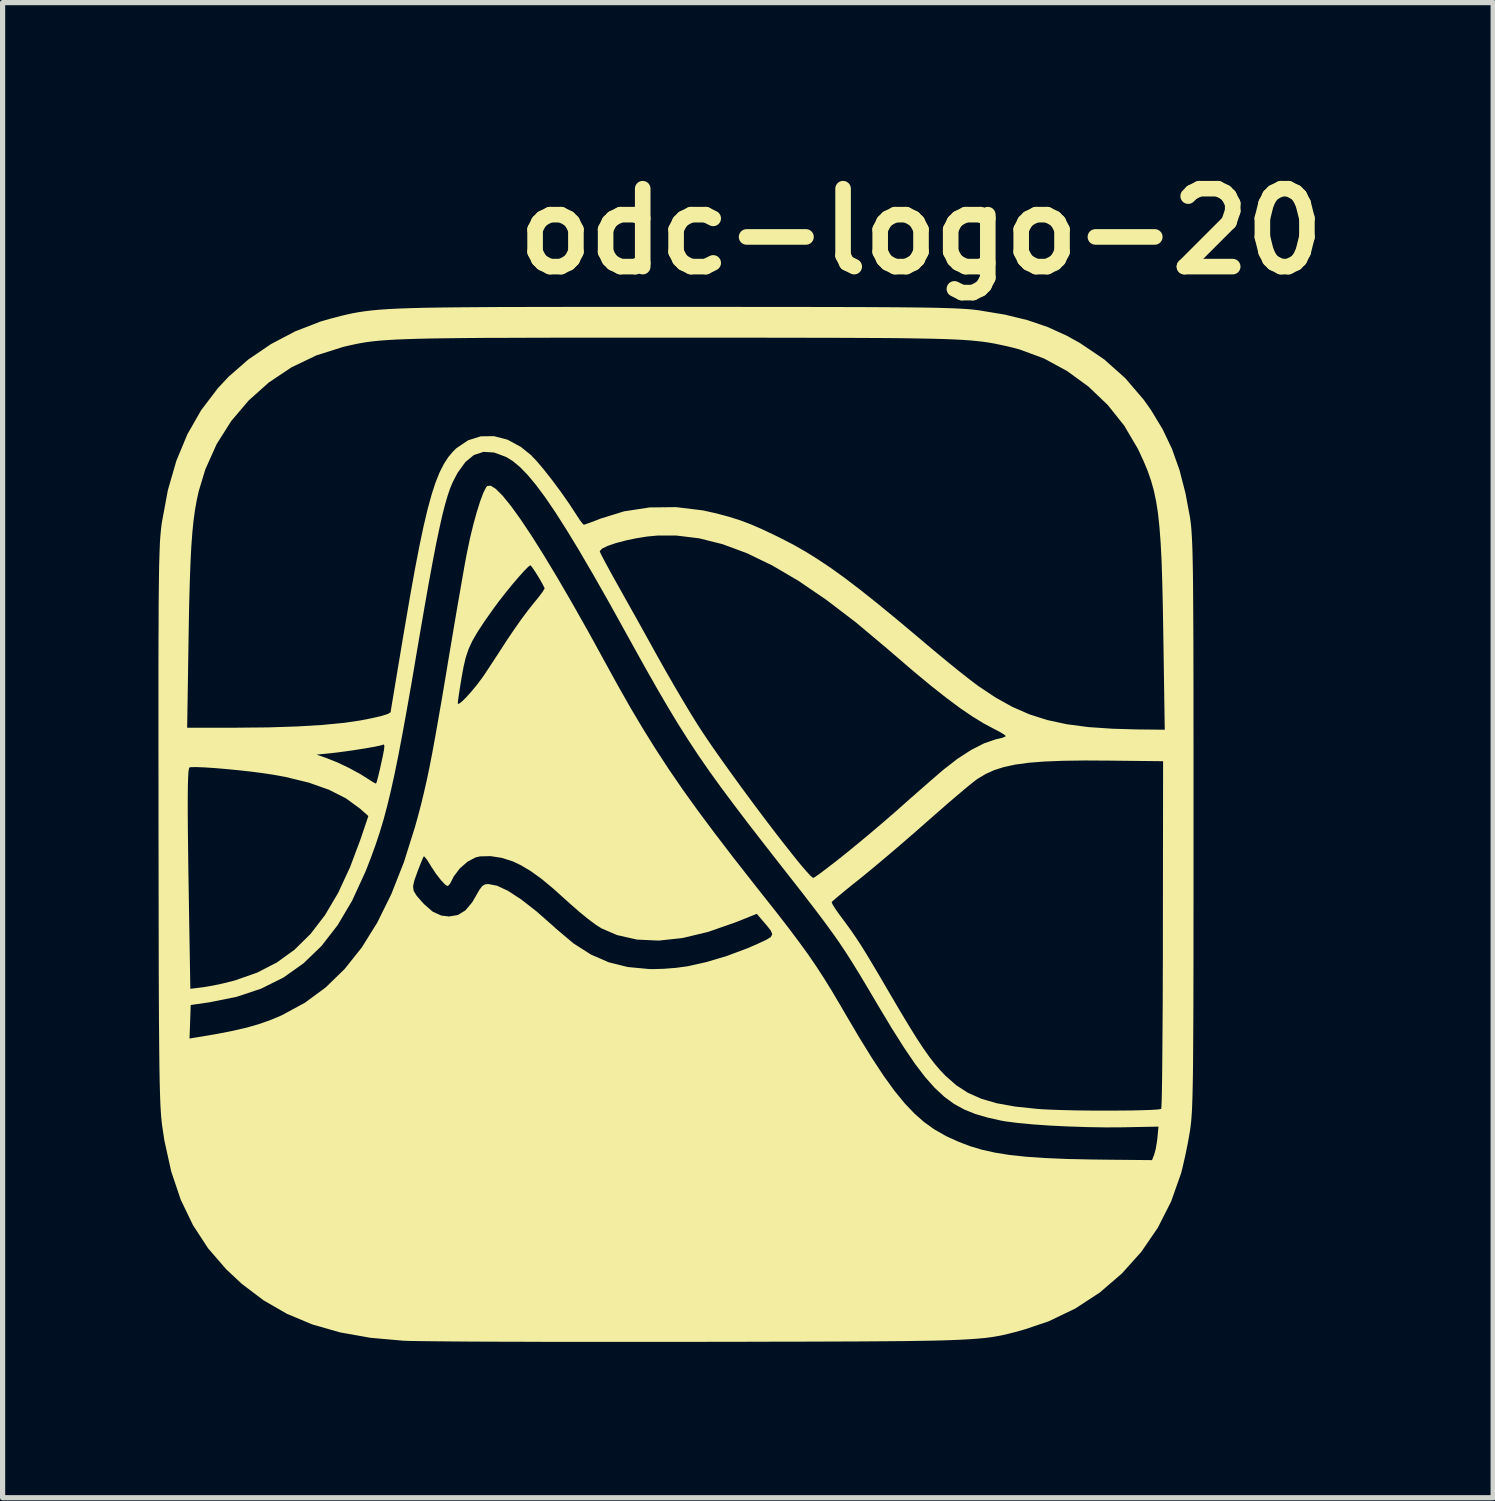
<source format=kicad_pcb>
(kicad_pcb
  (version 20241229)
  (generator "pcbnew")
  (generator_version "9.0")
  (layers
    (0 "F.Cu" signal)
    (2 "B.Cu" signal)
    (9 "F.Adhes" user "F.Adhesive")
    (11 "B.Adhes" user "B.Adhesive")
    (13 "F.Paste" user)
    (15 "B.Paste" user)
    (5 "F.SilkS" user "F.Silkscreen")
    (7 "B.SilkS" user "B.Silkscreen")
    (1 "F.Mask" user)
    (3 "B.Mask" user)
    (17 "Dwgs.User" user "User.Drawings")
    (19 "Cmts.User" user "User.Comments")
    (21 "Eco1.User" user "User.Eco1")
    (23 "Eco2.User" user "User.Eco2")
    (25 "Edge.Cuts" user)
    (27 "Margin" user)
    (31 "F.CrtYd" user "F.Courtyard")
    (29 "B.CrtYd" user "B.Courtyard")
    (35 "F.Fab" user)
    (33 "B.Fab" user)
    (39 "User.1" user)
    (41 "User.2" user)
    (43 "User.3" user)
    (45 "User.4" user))
  (footprint "odc-logo-20"
    (layer "F.Cu")
    (at 9.98 12.834)
    (property "Reference" "odc-logo-20" (at 4.699 -11.43 0) (layer "F.SilkS") (effects (font (size 1.5 1.5) (thickness 0.3))))
    (attr board_only exclude_from_pos_files exclude_from_bom)
    (fp_poly (pts (xy -0.299 -9.977) (xy -0.02 -9.977) (xy 0.743 -9.977) (xy 1.432 -9.976) (xy 2.051 -9.976) (xy 2.604 -9.975) (xy 3.096 -9.974) (xy 3.531 -9.973) (xy 3.913 -9.971) (xy 4.246 -9.969) (xy 4.534 -9.966) (xy 4.782 -9.963) (xy 4.994 -9.959) (xy 5.174 -9.954) (xy 5.325 -9.949) (xy 5.454 -9.943) (xy 5.562 -9.936) (xy 5.656 -9.929) (xy 5.738 -9.92) (xy 5.813 -9.911) (xy 5.822 -9.909) (xy 6.312 -9.828) (xy 6.744 -9.723) (xy 7.137 -9.589) (xy 7.508 -9.42) (xy 7.757 -9.282) (xy 8.224 -8.967) (xy 8.631 -8.604) (xy 8.988 -8.187) (xy 9.129 -7.987) (xy 9.35 -7.621) (xy 9.53 -7.244) (xy 9.674 -6.839) (xy 9.79 -6.39) (xy 9.874 -5.94) (xy 9.884 -5.873) (xy 9.893 -5.803) (xy 9.901 -5.725) (xy 9.908 -5.634) (xy 9.914 -5.528) (xy 9.92 -5.402) (xy 9.925 -5.251) (xy 9.929 -5.072) (xy 9.933 -4.86) (xy 9.936 -4.611) (xy 9.938 -4.322) (xy 9.94 -3.987) (xy 9.942 -3.603) (xy 9.943 -3.166) (xy 9.944 -2.672) (xy 9.944 -2.116) (xy 9.945 -1.495) (xy 9.945 -0.803) (xy 9.945 -0.038) (xy 9.945 -0.02) (xy 9.945 0.747) (xy 9.945 1.44) (xy 9.944 2.064) (xy 9.944 2.621) (xy 9.943 3.117) (xy 9.942 3.555) (xy 9.94 3.94) (xy 9.938 4.275) (xy 9.936 4.566) (xy 9.933 4.815) (xy 9.929 5.028) (xy 9.925 5.208) (xy 9.92 5.36) (xy 9.915 5.486) (xy 9.908 5.593) (xy 9.901 5.684) (xy 9.893 5.762) (xy 9.884 5.832) (xy 9.874 5.899) (xy 9.874 5.901) (xy 9.834 6.127) (xy 9.784 6.37) (xy 9.733 6.593) (xy 9.705 6.702) (xy 9.514 7.244) (xy 9.258 7.749) (xy 8.94 8.213) (xy 8.566 8.63) (xy 8.141 8.996) (xy 7.67 9.304) (xy 7.158 9.55) (xy 6.702 9.704) (xy 6.586 9.737) (xy 6.479 9.766) (xy 6.377 9.792) (xy 6.276 9.816) (xy 6.172 9.836) (xy 6.059 9.855) (xy 5.934 9.871) (xy 5.792 9.884) (xy 5.628 9.896) (xy 5.439 9.906) (xy 5.22 9.915) (xy 4.967 9.922) (xy 4.675 9.927) (xy 4.34 9.932) (xy 3.957 9.935) (xy 3.522 9.938) (xy 3.031 9.94) (xy 2.479 9.942) (xy 1.862 9.943) (xy 1.176 9.945) (xy 0.43 9.946) (xy -0.207 9.947) (xy -0.83 9.947) (xy -1.434 9.947) (xy -2.013 9.947) (xy -2.563 9.946) (xy -3.077 9.944) (xy -3.551 9.943) (xy -3.979 9.941) (xy -4.356 9.938) (xy -4.677 9.935) (xy -4.936 9.932) (xy -5.128 9.929) (xy -5.248 9.925) (xy -5.256 9.925) (xy -5.899 9.868) (xy -6.484 9.764) (xy -7.018 9.611) (xy -7.506 9.407) (xy -7.955 9.148) (xy -8.373 8.832) (xy -8.676 8.549) (xy -9.024 8.146) (xy -9.314 7.702) (xy -9.551 7.21) (xy -9.734 6.667) (xy -9.866 6.069) (xy -9.909 5.783) (xy -9.918 5.706) (xy -9.927 5.62) (xy -9.934 5.52) (xy -9.941 5.403) (xy -9.947 5.263) (xy -9.952 5.098) (xy -9.957 4.902) (xy -9.961 4.673) (xy -9.964 4.404) (xy -9.967 4.107) (xy -9.382 4.107) (xy -9.253 4.086) (xy -8.871 4.022) (xy -8.553 3.96) (xy -8.284 3.898) (xy -8.051 3.831) (xy -7.838 3.757) (xy -7.632 3.671) (xy -7.593 3.653) (xy -7.159 3.417) (xy -6.761 3.124) (xy -6.397 2.77) (xy -6.066 2.355) (xy -5.767 1.874) (xy -5.497 1.327) (xy -5.438 1.177) (xy -5.079 1.177) (xy -5.067 1.266) (xy -5.012 1.356) (xy -4.912 1.471) (xy -4.869 1.518) (xy -4.704 1.663) (xy -4.536 1.74) (xy -4.388 1.758) (xy -4.217 1.73) (xy -4.07 1.64) (xy -3.939 1.483) (xy -3.875 1.373) (xy -3.802 1.245) (xy -3.747 1.172) (xy -3.693 1.14) (xy -3.631 1.133) (xy -3.461 1.166) (xy -3.25 1.265) (xy -2.997 1.43) (xy -2.702 1.66) (xy -2.366 1.956) (xy -2.325 1.994) (xy -1.988 2.278) (xy -1.654 2.491) (xy -1.311 2.64) (xy -0.945 2.731) (xy -0.542 2.769) (xy -0.464 2.771) (xy -0.251 2.765) (xy -0.012 2.746) (xy 0.2 2.717) (xy 0.204 2.717) (xy 0.57 2.635) (xy 0.967 2.516) (xy 1.361 2.369) (xy 1.558 2.283) (xy 1.715 2.21) (xy 1.806 2.155) (xy 1.836 2.1) (xy 1.808 2.03) (xy 1.727 1.927) (xy 1.669 1.86) (xy 1.538 1.707) (xy 1.13 1.87) (xy 0.6 2.055) (xy 0.107 2.173) (xy -0.348 2.222) (xy -0.768 2.203) (xy -1.151 2.116) (xy -1.449 1.988) (xy -1.561 1.917) (xy -1.711 1.805) (xy -1.882 1.665) (xy -2.057 1.512) (xy -2.111 1.463) (xy -2.379 1.222) (xy -2.608 1.032) (xy -2.812 0.885) (xy -3.002 0.772) (xy -3.152 0.7) (xy -3.368 0.63) (xy -3.589 0.596) (xy -3.789 0.601) (xy -3.876 0.621) (xy -4.03 0.703) (xy -4.179 0.833) (xy -4.294 0.985) (xy -4.324 1.045) (xy -4.369 1.13) (xy -4.408 1.171) (xy -4.413 1.172) (xy -4.464 1.141) (xy -4.542 1.058) (xy -4.635 0.939) (xy -4.728 0.799) (xy -4.753 0.757) (xy -4.813 0.662) (xy -4.858 0.607) (xy -4.872 0.6) (xy -4.893 0.642) (xy -4.933 0.739) (xy -4.985 0.872) (xy -5 0.912) (xy -5.055 1.068) (xy -5.079 1.177) (xy -5.438 1.177) (xy -5.254 0.71) (xy -5.043 0.039) (xy -4.981 -0.184) (xy -4.924 -0.401) (xy -4.871 -0.62) (xy -4.818 -0.851) (xy -4.765 -1.103) (xy -4.71 -1.385) (xy -4.651 -1.707) (xy -4.586 -2.077) (xy -4.54 -2.341) (xy -4.219 -2.341) (xy -4.219 -2.34) (xy -4.196 -2.336) (xy -4.136 -2.382) (xy -4.051 -2.466) (xy -3.951 -2.578) (xy -3.846 -2.705) (xy -3.748 -2.836) (xy -3.708 -2.894) (xy -3.631 -3.01) (xy -3.526 -3.17) (xy -3.405 -3.355) (xy -3.283 -3.544) (xy -3.275 -3.556) (xy -3.143 -3.752) (xy -3.002 -3.953) (xy -2.867 -4.134) (xy -2.759 -4.27) (xy -2.66 -4.391) (xy -2.587 -4.489) (xy -2.549 -4.551) (xy -2.547 -4.563) (xy -2.59 -4.648) (xy -2.651 -4.755) (xy -2.718 -4.863) (xy -2.777 -4.951) (xy -2.815 -4.999) (xy -2.821 -5.002) (xy -2.862 -4.973) (xy -2.941 -4.893) (xy -3.047 -4.775) (xy -3.17 -4.631) (xy -3.299 -4.472) (xy -3.426 -4.31) (xy -3.531 -4.168) (xy -3.705 -3.921) (xy -3.837 -3.72) (xy -3.937 -3.548) (xy -4.01 -3.39) (xy -4.064 -3.23) (xy -4.106 -3.052) (xy -4.14 -2.868) (xy -4.171 -2.681) (xy -4.196 -2.519) (xy -4.213 -2.4) (xy -4.219 -2.341) (xy -4.54 -2.341) (xy -4.512 -2.504) (xy -4.429 -2.998) (xy -4.415 -3.086) (xy -4.352 -3.459) (xy -4.29 -3.829) (xy -4.23 -4.182) (xy -4.173 -4.508) (xy -4.123 -4.796) (xy -4.081 -5.033) (xy -4.048 -5.209) (xy -4.039 -5.254) (xy -3.982 -5.527) (xy -3.918 -5.789) (xy -3.851 -6.031) (xy -3.786 -6.238) (xy -3.725 -6.4) (xy -3.673 -6.502) (xy -3.651 -6.528) (xy -3.584 -6.535) (xy -3.486 -6.473) (xy -3.356 -6.343) (xy -3.198 -6.149) (xy -3.011 -5.89) (xy -2.797 -5.57) (xy -2.558 -5.19) (xy -2.294 -4.752) (xy -2.007 -4.258) (xy -1.697 -3.709) (xy -1.383 -3.137) (xy -1.129 -2.675) (xy -0.886 -2.247) (xy -0.646 -1.844) (xy -0.404 -1.456) (xy -0.153 -1.072) (xy 0.114 -0.683) (xy 0.404 -0.279) (xy 0.723 0.149) (xy 1.078 0.613) (xy 1.476 1.121) (xy 1.64 1.329) (xy 1.914 1.675) (xy 2.146 1.974) (xy 2.344 2.238) (xy 2.519 2.478) (xy 2.677 2.709) (xy 2.828 2.941) (xy 2.98 3.187) (xy 3.142 3.46) (xy 3.243 3.634) (xy 3.515 4.095) (xy 3.759 4.49) (xy 3.981 4.827) (xy 4.187 5.112) (xy 4.381 5.35) (xy 4.57 5.549) (xy 4.757 5.714) (xy 4.949 5.852) (xy 5.151 5.968) (xy 5.21 5.999) (xy 5.425 6.096) (xy 5.643 6.179) (xy 5.873 6.248) (xy 6.125 6.304) (xy 6.406 6.349) (xy 6.725 6.383) (xy 7.092 6.408) (xy 7.514 6.426) (xy 8.001 6.436) (xy 8.315 6.44) (xy 9.146 6.448) (xy 9.188 6.34) (xy 9.216 6.239) (xy 9.24 6.099) (xy 9.25 6.018) (xy 9.27 5.803) (xy 8.592 5.816) (xy 8.255 5.818) (xy 7.897 5.812) (xy 7.533 5.8) (xy 7.179 5.783) (xy 6.851 5.76) (xy 6.563 5.733) (xy 6.331 5.703) (xy 6.25 5.689) (xy 5.985 5.63) (xy 5.748 5.561) (xy 5.534 5.475) (xy 5.335 5.366) (xy 5.147 5.228) (xy 4.962 5.056) (xy 4.774 4.844) (xy 4.578 4.586) (xy 4.368 4.276) (xy 4.136 3.909) (xy 3.877 3.478) (xy 3.831 3.4) (xy 3.662 3.114) (xy 3.514 2.867) (xy 3.38 2.65) (xy 3.253 2.45) (xy 3.125 2.258) (xy 2.988 2.064) (xy 2.836 1.856) (xy 2.662 1.625) (xy 2.552 1.482) (xy 2.979 1.482) (xy 2.996 1.524) (xy 3.05 1.611) (xy 3.131 1.726) (xy 3.157 1.761) (xy 3.265 1.906) (xy 3.361 2.039) (xy 3.451 2.171) (xy 3.545 2.314) (xy 3.648 2.48) (xy 3.768 2.68) (xy 3.914 2.926) (xy 4.067 3.188) (xy 4.276 3.544) (xy 4.454 3.841) (xy 4.606 4.086) (xy 4.738 4.288) (xy 4.855 4.454) (xy 4.963 4.595) (xy 5.068 4.717) (xy 5.175 4.829) (xy 5.379 5.008) (xy 5.604 5.153) (xy 5.861 5.267) (xy 6.16 5.354) (xy 6.512 5.417) (xy 6.928 5.461) (xy 7.039 5.469) (xy 7.22 5.478) (xy 7.441 5.485) (xy 7.691 5.491) (xy 7.957 5.494) (xy 8.229 5.495) (xy 8.495 5.494) (xy 8.743 5.492) (xy 8.961 5.487) (xy 9.138 5.481) (xy 9.261 5.473) (xy 9.32 5.463) (xy 9.323 5.461) (xy 9.327 5.419) (xy 9.332 5.304) (xy 9.336 5.122) (xy 9.34 4.879) (xy 9.343 4.582) (xy 9.346 4.234) (xy 9.349 3.843) (xy 9.352 3.414) (xy 9.353 2.952) (xy 9.355 2.464) (xy 9.355 2.101) (xy 9.359 -1.231) (xy 8.343 -1.242) (xy 7.853 -1.245) (xy 7.433 -1.239) (xy 7.075 -1.225) (xy 6.771 -1.201) (xy 6.514 -1.166) (xy 6.296 -1.119) (xy 6.107 -1.059) (xy 5.942 -0.984) (xy 5.792 -0.894) (xy 5.786 -0.891) (xy 5.705 -0.829) (xy 5.576 -0.725) (xy 5.41 -0.585) (xy 5.216 -0.419) (xy 5.005 -0.235) (xy 4.827 -0.079) (xy 4.583 0.136) (xy 4.323 0.361) (xy 4.064 0.582) (xy 3.821 0.786) (xy 3.612 0.959) (xy 3.524 1.03) (xy 3.349 1.169) (xy 3.198 1.293) (xy 3.078 1.392) (xy 3.002 1.458) (xy 2.979 1.482) (xy 2.552 1.482) (xy 2.458 1.36) (xy 2.217 1.051) (xy 2.051 0.84) (xy 1.693 0.382) (xy 1.377 -0.026) (xy 1.099 -0.392) (xy 0.85 -0.726) (xy 0.625 -1.038) (xy 0.418 -1.337) (xy 0.222 -1.634) (xy 0.03 -1.937) (xy -0.163 -2.256) (xy -0.365 -2.601) (xy -0.581 -2.981) (xy -0.818 -3.406) (xy -0.987 -3.712) (xy -1.314 -4.301) (xy -1.61 -4.822) (xy -1.873 -5.272) (xy -1.485 -5.272) (xy -1.467 -5.228) (xy -1.416 -5.128) (xy -1.338 -4.983) (xy -1.241 -4.805) (xy -1.138 -4.621) (xy -1.006 -4.385) (xy -0.849 -4.105) (xy -0.681 -3.804) (xy -0.516 -3.506) (xy -0.374 -3.25) (xy -0.223 -2.981) (xy -0.056 -2.691) (xy 0.113 -2.403) (xy 0.272 -2.139) (xy 0.403 -1.928) (xy 0.528 -1.737) (xy 0.68 -1.513) (xy 0.854 -1.265) (xy 1.044 -1) (xy 1.244 -0.724) (xy 1.45 -0.445) (xy 1.655 -0.171) (xy 1.855 0.092) (xy 2.043 0.335) (xy 2.215 0.553) (xy 2.363 0.737) (xy 2.485 0.88) (xy 2.572 0.975) (xy 2.621 1.015) (xy 2.625 1.016) (xy 2.666 0.993) (xy 2.758 0.928) (xy 2.889 0.829) (xy 3.05 0.705) (xy 3.217 0.573) (xy 3.446 0.386) (xy 3.703 0.173) (xy 3.96 -0.045) (xy 4.191 -0.245) (xy 4.271 -0.316) (xy 4.472 -0.494) (xy 4.686 -0.682) (xy 4.892 -0.862) (xy 5.07 -1.016) (xy 5.131 -1.068) (xy 5.396 -1.274) (xy 5.663 -1.447) (xy 5.916 -1.576) (xy 6.141 -1.653) (xy 6.184 -1.662) (xy 6.278 -1.686) (xy 6.328 -1.71) (xy 6.33 -1.716) (xy 6.298 -1.745) (xy 6.214 -1.796) (xy 6.107 -1.852) (xy 5.905 -1.959) (xy 5.69 -2.091) (xy 5.453 -2.252) (xy 5.19 -2.448) (xy 4.893 -2.682) (xy 4.556 -2.961) (xy 4.173 -3.29) (xy 4.044 -3.401) (xy 3.447 -3.902) (xy 2.881 -4.334) (xy 2.345 -4.7) (xy 1.834 -5) (xy 1.346 -5.236) (xy 0.878 -5.409) (xy 0.427 -5.522) (xy -0.011 -5.575) (xy -0.371 -5.575) (xy -0.574 -5.556) (xy -0.786 -5.522) (xy -0.993 -5.478) (xy -1.18 -5.428) (xy -1.334 -5.375) (xy -1.44 -5.323) (xy -1.484 -5.277) (xy -1.485 -5.272) (xy -1.873 -5.272) (xy -1.877 -5.28) (xy -2.119 -5.677) (xy -2.337 -6.019) (xy -2.533 -6.308) (xy -2.711 -6.547) (xy -2.873 -6.742) (xy -3.021 -6.894) (xy -3.158 -7.008) (xy -3.286 -7.087) (xy -3.291 -7.089) (xy -3.518 -7.173) (xy -3.722 -7.186) (xy -3.906 -7.126) (xy -4.071 -6.991) (xy -4.222 -6.782) (xy -4.316 -6.601) (xy -4.365 -6.483) (xy -4.414 -6.34) (xy -4.464 -6.168) (xy -4.517 -5.96) (xy -4.573 -5.71) (xy -4.635 -5.414) (xy -4.702 -5.065) (xy -4.777 -4.659) (xy -4.86 -4.188) (xy -4.953 -3.649) (xy -4.999 -3.379) (xy -5.101 -2.776) (xy -5.195 -2.243) (xy -5.28 -1.773) (xy -5.359 -1.358) (xy -5.433 -0.992) (xy -5.505 -0.666) (xy -5.575 -0.375) (xy -5.646 -0.109) (xy -5.72 0.137) (xy -5.798 0.372) (xy -5.881 0.602) (xy -5.971 0.835) (xy -6.005 0.917) (xy -6.253 1.456) (xy -6.53 1.924) (xy -6.84 2.324) (xy -7.187 2.659) (xy -7.573 2.933) (xy -8.003 3.147) (xy -8.48 3.306) (xy -9.008 3.412) (xy -9.012 3.412) (xy -9.359 3.462) (xy -9.37 3.785) (xy -9.382 4.107) (xy -9.967 4.107) (xy -9.967 4.093) (xy -9.97 3.735) (xy -9.972 3.326) (xy -9.974 2.862) (xy -9.975 2.338) (xy -9.976 1.751) (xy -9.977 1.096) (xy -9.978 0.369) (xy -9.979 -0.02) (xy -9.979 -0.529) (xy -9.416 -0.529) (xy -9.416 -0.258) (xy -9.414 0.074) (xy -9.409 0.471) (xy -9.403 0.937) (xy -9.394 1.477) (xy -9.392 1.627) (xy -9.366 3.15) (xy -9.108 3.118) (xy -8.946 3.091) (xy -8.747 3.049) (xy -8.547 2.999) (xy -8.503 2.987) (xy -8.083 2.84) (xy -7.703 2.645) (xy -7.361 2.398) (xy -7.053 2.095) (xy -6.774 1.732) (xy -6.521 1.304) (xy -6.291 0.807) (xy -6.091 0.274) (xy -5.939 -0.176) (xy -6.105 -0.322) (xy -6.371 -0.516) (xy -6.696 -0.681) (xy -7.083 -0.818) (xy -7.538 -0.929) (xy -7.783 -0.973) (xy -7.977 -1.002) (xy -8.2 -1.031) (xy -8.436 -1.057) (xy -8.673 -1.08) (xy -8.897 -1.099) (xy -9.094 -1.112) (xy -9.25 -1.118) (xy -9.352 -1.117) (xy -9.383 -1.111) (xy -9.394 -1.084) (xy -9.403 -1.017) (xy -9.409 -0.905) (xy -9.414 -0.743) (xy -9.416 -0.529) (xy -9.979 -0.529) (xy -9.979 -0.777) (xy -9.98 -1.358) (xy -6.936 -1.358) (xy -6.741 -1.29) (xy -6.538 -1.209) (xy -6.313 -1.102) (xy -6.098 -0.986) (xy -5.94 -0.886) (xy -5.853 -0.83) (xy -5.798 -0.802) (xy -5.79 -0.802) (xy -5.775 -0.843) (xy -5.749 -0.943) (xy -5.716 -1.081) (xy -5.703 -1.14) (xy -5.661 -1.331) (xy -5.637 -1.457) (xy -5.631 -1.528) (xy -5.64 -1.553) (xy -5.658 -1.548) (xy -5.714 -1.532) (xy -5.829 -1.508) (xy -5.987 -1.48) (xy -6.17 -1.451) (xy -6.361 -1.423) (xy -6.542 -1.399) (xy -6.663 -1.385) (xy -6.936 -1.358) (xy -9.98 -1.358) (xy -9.98 -1.46) (xy -9.98 -1.876) (xy -9.427 -1.876) (xy -8.475 -1.876) (xy -7.863 -1.882) (xy -7.313 -1.9) (xy -6.827 -1.929) (xy -6.411 -1.969) (xy -6.096 -2.015) (xy -5.863 -2.061) (xy -5.682 -2.103) (xy -5.563 -2.141) (xy -5.511 -2.173) (xy -5.51 -2.178) (xy -5.504 -2.22) (xy -5.486 -2.331) (xy -5.457 -2.503) (xy -5.42 -2.727) (xy -5.375 -2.997) (xy -5.324 -3.303) (xy -5.268 -3.638) (xy -5.235 -3.83) (xy -5.135 -4.414) (xy -5.043 -4.926) (xy -4.957 -5.371) (xy -4.876 -5.756) (xy -4.798 -6.084) (xy -4.722 -6.362) (xy -4.646 -6.596) (xy -4.568 -6.791) (xy -4.487 -6.951) (xy -4.401 -7.084) (xy -4.309 -7.193) (xy -4.24 -7.26) (xy -4.018 -7.409) (xy -3.775 -7.485) (xy -3.521 -7.488) (xy -3.262 -7.421) (xy -3.005 -7.282) (xy -2.81 -7.125) (xy -2.696 -7.005) (xy -2.553 -6.835) (xy -2.394 -6.632) (xy -2.23 -6.411) (xy -2.075 -6.189) (xy -1.94 -5.983) (xy -1.931 -5.969) (xy -1.864 -5.867) (xy -1.812 -5.8) (xy -1.791 -5.783) (xy -1.744 -5.797) (xy -1.645 -5.833) (xy -1.512 -5.884) (xy -1.478 -5.898) (xy -1.017 -6.041) (xy -0.526 -6.116) (xy -0.017 -6.122) (xy 0.502 -6.059) (xy 0.762 -6.001) (xy 1.003 -5.936) (xy 1.214 -5.87) (xy 1.417 -5.793) (xy 1.636 -5.699) (xy 1.892 -5.577) (xy 1.998 -5.525) (xy 2.236 -5.402) (xy 2.471 -5.269) (xy 2.709 -5.121) (xy 2.959 -4.954) (xy 3.226 -4.762) (xy 3.519 -4.539) (xy 3.845 -4.28) (xy 4.21 -3.981) (xy 4.623 -3.635) (xy 4.782 -3.5) (xy 5.004 -3.314) (xy 5.228 -3.129) (xy 5.442 -2.956) (xy 5.63 -2.808) (xy 5.778 -2.696) (xy 5.811 -2.672) (xy 6.137 -2.455) (xy 6.457 -2.277) (xy 6.784 -2.134) (xy 7.128 -2.024) (xy 7.503 -1.943) (xy 7.919 -1.888) (xy 8.39 -1.856) (xy 8.847 -1.843) (xy 9.391 -1.837) (xy 9.363 -3.678) (xy 9.354 -4.216) (xy 9.343 -4.683) (xy 9.33 -5.087) (xy 9.312 -5.437) (xy 9.289 -5.739) (xy 9.261 -6.003) (xy 9.225 -6.234) (xy 9.181 -6.441) (xy 9.127 -6.633) (xy 9.064 -6.815) (xy 8.988 -6.998) (xy 8.901 -7.187) (xy 8.868 -7.254) (xy 8.612 -7.689) (xy 8.294 -8.088) (xy 7.924 -8.441) (xy 7.511 -8.742) (xy 7.065 -8.984) (xy 6.595 -9.158) (xy 6.43 -9.201) (xy 6.322 -9.226) (xy 6.22 -9.248) (xy 6.12 -9.269) (xy 6.019 -9.287) (xy 5.911 -9.303) (xy 5.793 -9.317) (xy 5.66 -9.33) (xy 5.509 -9.341) (xy 5.334 -9.35) (xy 5.131 -9.358) (xy 4.897 -9.364) (xy 4.626 -9.369) (xy 4.315 -9.374) (xy 3.96 -9.377) (xy 3.555 -9.379) (xy 3.097 -9.381) (xy 2.582 -9.382) (xy 2.004 -9.383) (xy 1.361 -9.384) (xy 0.647 -9.384) (xy 0.02 -9.384) (xy -0.761 -9.384) (xy -1.467 -9.384) (xy -2.104 -9.384) (xy -2.675 -9.383) (xy -3.185 -9.381) (xy -3.638 -9.38) (xy -4.038 -9.377) (xy -4.39 -9.373) (xy -4.697 -9.369) (xy -4.965 -9.363) (xy -5.197 -9.356) (xy -5.397 -9.348) (xy -5.569 -9.338) (xy -5.719 -9.327) (xy -5.85 -9.314) (xy -5.966 -9.299) (xy -6.072 -9.282) (xy -6.171 -9.263) (xy -6.269 -9.242) (xy -6.369 -9.219) (xy -6.428 -9.205) (xy -6.942 -9.042) (xy -7.419 -8.813) (xy -7.855 -8.522) (xy -8.243 -8.175) (xy -8.58 -7.778) (xy -8.86 -7.334) (xy -9.077 -6.85) (xy -9.205 -6.428) (xy -9.243 -6.255) (xy -9.276 -6.07) (xy -9.304 -5.866) (xy -9.327 -5.636) (xy -9.347 -5.37) (xy -9.363 -5.06) (xy -9.376 -4.7) (xy -9.388 -4.28) (xy -9.397 -3.793) (xy -9.4 -3.605) (xy -9.427 -1.876) (xy -9.98 -1.876) (xy -9.98 -2.073) (xy -9.98 -2.621) (xy -9.98 -3.108) (xy -9.979 -3.538) (xy -9.977 -3.915) (xy -9.976 -4.243) (xy -9.973 -4.528) (xy -9.97 -4.772) (xy -9.967 -4.98) (xy -9.962 -5.156) (xy -9.957 -5.305) (xy -9.952 -5.431) (xy -9.945 -5.538) (xy -9.937 -5.63) (xy -9.929 -5.712) (xy -9.92 -5.787) (xy -9.915 -5.822) (xy -9.799 -6.447) (xy -9.636 -7.012) (xy -9.423 -7.524) (xy -9.158 -7.988) (xy -8.839 -8.408) (xy -8.631 -8.631) (xy -8.251 -8.963) (xy -7.816 -9.259) (xy -7.347 -9.506) (xy -6.862 -9.694) (xy -6.682 -9.746) (xy -6.563 -9.777) (xy -6.453 -9.806) (xy -6.347 -9.831) (xy -6.241 -9.854) (xy -6.13 -9.874) (xy -6.011 -9.892) (xy -5.879 -9.908) (xy -5.73 -9.922) (xy -5.56 -9.934) (xy -5.364 -9.944) (xy -5.138 -9.952) (xy -4.878 -9.959) (xy -4.579 -9.964) (xy -4.238 -9.968) (xy -3.85 -9.971) (xy -3.411 -9.974) (xy -2.916 -9.975) (xy -2.362 -9.976) (xy -1.744 -9.977) (xy -1.057 -9.977)) (stroke (width 0) (type solid)) (fill yes) (layer "F.SilkS")))
  (gr_rect
    (start -3 -3)
    (end 25.693 25.781)
    (stroke (width 0.1) (type default))
    (fill no)
    (layer "Edge.Cuts")))
</source>
